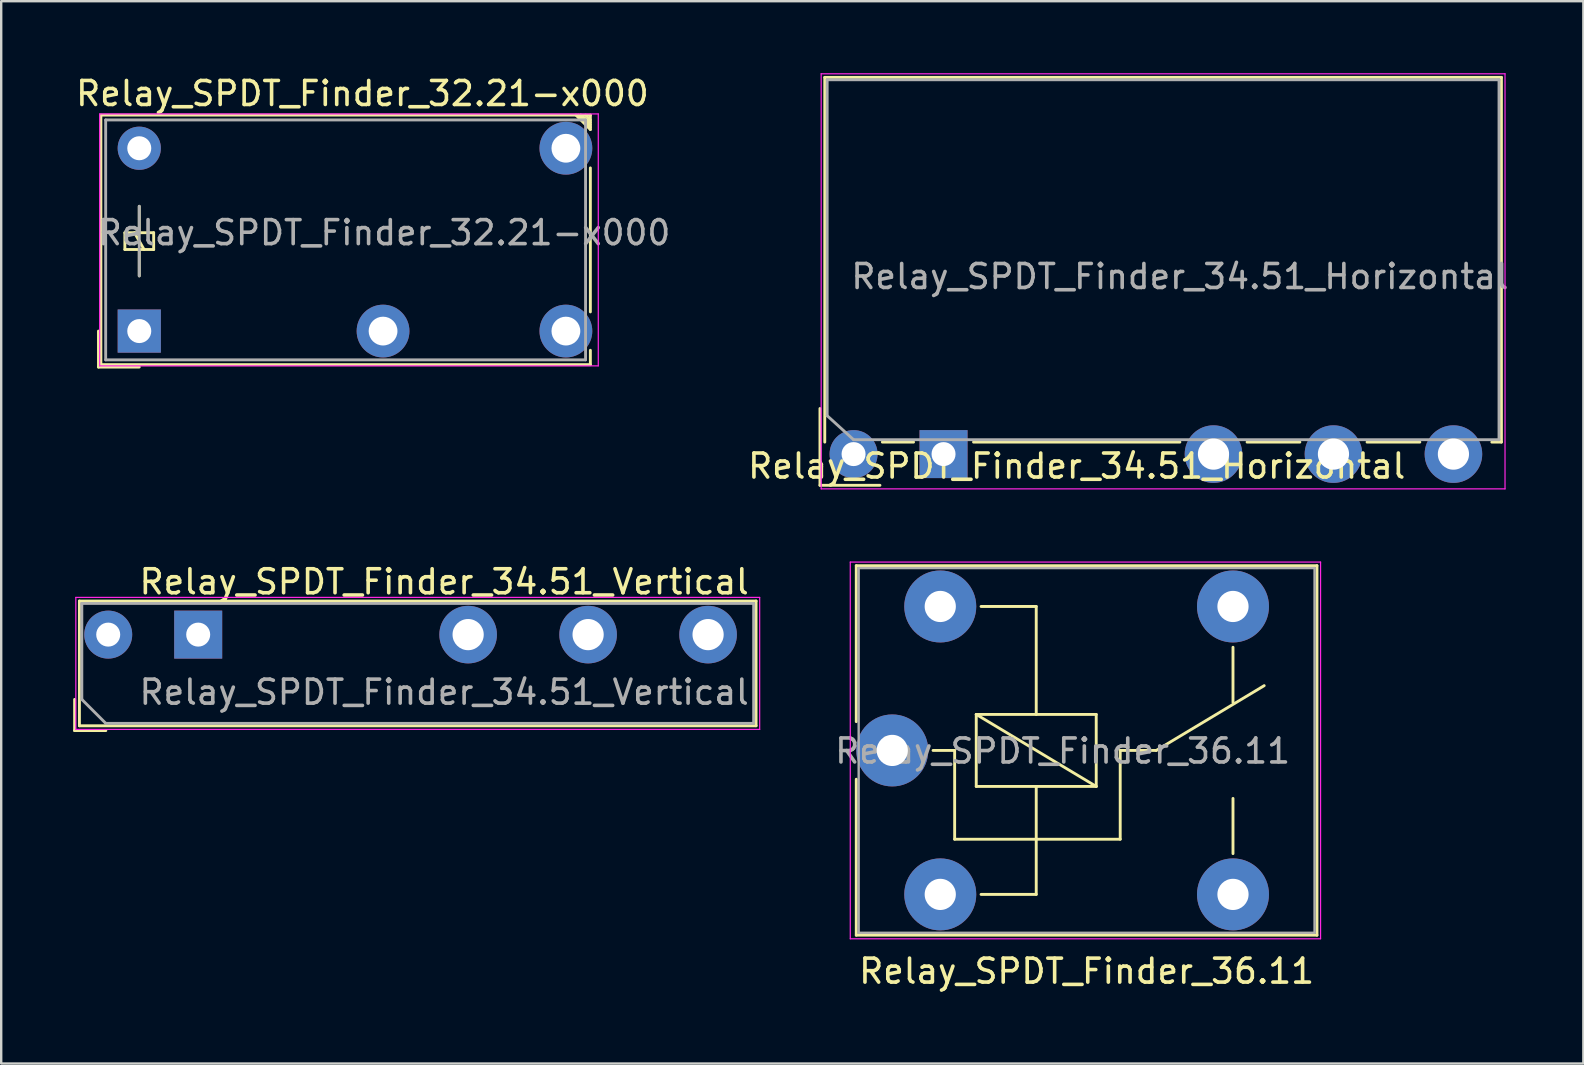
<source format=kicad_pcb>
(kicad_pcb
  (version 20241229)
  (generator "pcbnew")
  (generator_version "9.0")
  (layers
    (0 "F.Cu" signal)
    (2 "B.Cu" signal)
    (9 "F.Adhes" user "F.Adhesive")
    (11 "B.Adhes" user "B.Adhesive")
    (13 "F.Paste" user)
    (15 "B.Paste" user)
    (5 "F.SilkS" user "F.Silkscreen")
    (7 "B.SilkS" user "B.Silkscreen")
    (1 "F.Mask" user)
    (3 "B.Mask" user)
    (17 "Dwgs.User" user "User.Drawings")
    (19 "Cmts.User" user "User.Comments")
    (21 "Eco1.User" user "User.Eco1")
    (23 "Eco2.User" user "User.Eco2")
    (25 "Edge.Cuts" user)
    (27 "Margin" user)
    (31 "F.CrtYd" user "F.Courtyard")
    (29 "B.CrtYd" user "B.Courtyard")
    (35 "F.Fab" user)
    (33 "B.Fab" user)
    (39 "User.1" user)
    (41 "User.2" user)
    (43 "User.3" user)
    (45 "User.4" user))
  (footprint "Relay_SPDT_Finder_34.51_Vertical"
    (layer "F.Cu")
    (at 5.21 23.398)
    (property "Reference" "Relay_SPDT_Finder_34.51_Vertical" (at 10.25 -2.2 0) (layer "F.SilkS") (effects (font (size 1 1) (thickness 0.15))))
    (attr through_hole)
    (fp_line (start -5.15 4) (end -5.15 2.7) (stroke (width 0.12) (type solid)) (layer "F.SilkS"))
    (fp_line (start -4.95 -1.4) (end 23.25 -1.4) (stroke (width 0.12) (type solid)) (layer "F.SilkS"))
    (fp_line (start -4.95 3.8) (end -4.95 -1.4) (stroke (width 0.12) (type solid)) (layer "F.SilkS"))
    (fp_line (start -3.85 4) (end -5.15 4) (stroke (width 0.12) (type solid)) (layer "F.SilkS"))
    (fp_line (start 23.25 -1.4) (end 23.25 3.8) (stroke (width 0.12) (type solid)) (layer "F.SilkS"))
    (fp_line (start 23.25 3.8) (end -4.95 3.8) (stroke (width 0.12) (type solid)) (layer "F.SilkS"))
    (fp_line (start -5.1 -1.55) (end -5.1 3.95) (stroke (width 0.05) (type solid)) (layer "F.CrtYd"))
    (fp_line (start -5.1 -1.55) (end 23.4 -1.55) (stroke (width 0.05) (type solid)) (layer "F.CrtYd"))
    (fp_line (start 23.4 3.95) (end -5.1 3.95) (stroke (width 0.05) (type solid)) (layer "F.CrtYd"))
    (fp_line (start 23.4 3.95) (end 23.4 -1.55) (stroke (width 0.05) (type solid)) (layer "F.CrtYd"))
    (fp_line (start -4.85 -1.3) (end 23.15 -1.3) (stroke (width 0.12) (type solid)) (layer "F.Fab"))
    (fp_line (start -4.85 2.7) (end -4.85 -1.3) (stroke (width 0.12) (type solid)) (layer "F.Fab"))
    (fp_line (start -3.85 3.7) (end -4.85 2.7) (stroke (width 0.12) (type solid)) (layer "F.Fab"))
    (fp_line (start 23.15 -1.3) (end 23.15 3.7) (stroke (width 0.12) (type solid)) (layer "F.Fab"))
    (fp_line (start 23.15 3.7) (end -3.85 3.7) (stroke (width 0.12) (type solid)) (layer "F.Fab"))
    (fp_text user "${REFERENCE}" (at 10.25 2.4 0) (layer "F.Fab") (effects (font (size 1 1) (thickness 0.15))))
    (pad "11" thru_hole circle (at 16.25 0) (size 2.4 2.4) (drill 1.3) (layers "*.Cu" "*.Mask"))
    (pad "12" thru_hole circle (at 11.25 0) (size 2.4 2.4) (drill 1.3) (layers "*.Cu" "*.Mask"))
    (pad "14" thru_hole circle (at 21.25 0) (size 2.4 2.4) (drill 1.3) (layers "*.Cu" "*.Mask"))
    (pad "A1" thru_hole rect (at 0 0) (size 2 2) (drill 1) (layers "*.Cu" "*.Mask"))
    (pad "A2" thru_hole circle (at -3.75 0) (size 2 2) (drill 1) (layers "*.Cu" "*.Mask")))
  (footprint "Relay_SPDT_Finder_32.21-x000"
    (layer "F.Cu")
    (at 2.754 10.748)
    (property "Reference" "Relay_SPDT_Finder_32.21-x000" (at 9.3 -9.9 0) (layer "F.SilkS") (effects (font (size 1 1) (thickness 0.15))))
    (attr through_hole)
    (fp_line (start -1.7 1.5) (end -1.7 0) (stroke (width 0.12) (type solid)) (layer "F.SilkS"))
    (fp_line (start -1.6 -9) (end 18.8 -9) (stroke (width 0.12) (type solid)) (layer "F.SilkS"))
    (fp_line (start -1.6 1.4) (end -1.6 -9) (stroke (width 0.12) (type solid)) (layer "F.SilkS"))
    (fp_line (start -0.6 -4.1) (end -0.6 -3.4) (stroke (width 0.12) (type solid)) (layer "F.SilkS"))
    (fp_line (start -0.6 -3.4) (end 0.6 -3.4) (stroke (width 0.12) (type solid)) (layer "F.SilkS"))
    (fp_line (start 0 -4.1) (end 0 -5.2) (stroke (width 0.12) (type solid)) (layer "F.SilkS"))
    (fp_line (start 0 -3.4) (end 0 -2.3) (stroke (width 0.12) (type solid)) (layer "F.SilkS"))
    (fp_line (start 0 1.5) (end -1.7 1.5) (stroke (width 0.12) (type solid)) (layer "F.SilkS"))
    (fp_line (start 0.2 -3.4) (end -0.2 -4.1) (stroke (width 0.12) (type solid)) (layer "F.SilkS"))
    (fp_line (start 0.6 -4.1) (end -0.6 -4.1) (stroke (width 0.12) (type solid)) (layer "F.SilkS"))
    (fp_line (start 0.6 -3.4) (end 0.6 -4.1) (stroke (width 0.12) (type solid)) (layer "F.SilkS"))
    (fp_line (start 18.2 -9) (end 18.8 -8.4) (stroke (width 0.12) (type solid)) (layer "F.SilkS"))
    (fp_line (start 18.6 -9) (end 18.8 -8.8) (stroke (width 0.12) (type solid)) (layer "F.SilkS"))
    (fp_line (start 18.8 -9) (end 18.8 -8.4) (stroke (width 0.12) (type solid)) (layer "F.SilkS"))
    (fp_line (start 18.8 -8.7) (end 18.4 -9) (stroke (width 0.12) (type solid)) (layer "F.SilkS"))
    (fp_line (start 18.8 -8.6) (end 18.4 -9) (stroke (width 0.12) (type solid)) (layer "F.SilkS"))
    (fp_line (start 18.8 -8.5) (end 18.3 -9) (stroke (width 0.12) (type solid)) (layer "F.SilkS"))
    (fp_line (start 18.8 -6.8) (end 18.8 -0.8) (stroke (width 0.12) (type solid)) (layer "F.SilkS"))
    (fp_line (start 18.8 0.8) (end 18.8 1.4) (stroke (width 0.12) (type solid)) (layer "F.SilkS"))
    (fp_line (start 18.8 1.4) (end -1.6 1.4) (stroke (width 0.12) (type solid)) (layer "F.SilkS"))
    (fp_line (start -1.65 1.45) (end -1.65 -9.05) (stroke (width 0.05) (type solid)) (layer "F.CrtYd"))
    (fp_line (start -1.65 1.45) (end 19.13 1.45) (stroke (width 0.05) (type solid)) (layer "F.CrtYd"))
    (fp_line (start 19.13 -9.05) (end -1.65 -9.05) (stroke (width 0.05) (type solid)) (layer "F.CrtYd"))
    (fp_line (start 19.13 -9.05) (end 19.13 1.45) (stroke (width 0.05) (type solid)) (layer "F.CrtYd"))
    (fp_line (start -1.4 -8.8) (end 18.6 -8.8) (stroke (width 0.12) (type solid)) (layer "F.Fab"))
    (fp_line (start -1.4 1.2) (end -1.4 -8.8) (stroke (width 0.12) (type solid)) (layer "F.Fab"))
    (fp_line (start 0 -2.3) (end 0 -5.2) (stroke (width 0.12) (type solid)) (layer "F.Fab"))
    (fp_line (start 18.6 -8.8) (end 18.6 1.2) (stroke (width 0.12) (type solid)) (layer "F.Fab"))
    (fp_line (start 18.6 1.2) (end -1.4 1.2) (stroke (width 0.12) (type solid)) (layer "F.Fab"))
    (fp_text user "${REFERENCE}" (at 10.2 -4.1 180) (layer "F.Fab") (effects (font (size 1 1) (thickness 0.15))))
    (pad "11" thru_hole circle (at 10.16 0 90) (size 2.2 2.2) (drill 1.2) (layers "*.Cu" "*.Mask"))
    (pad "12" thru_hole circle (at 17.78 -7.62 90) (size 2.2 2.2) (drill 1.2) (layers "*.Cu" "*.Mask"))
    (pad "14" thru_hole circle (at 17.78 0 90) (size 2.2 2.2) (drill 1.2) (layers "*.Cu" "*.Mask"))
    (pad "A1" thru_hole rect (at 0 0 90) (size 1.8 1.8) (drill 1) (layers "*.Cu" "*.Mask"))
    (pad "A2" thru_hole circle (at 0 -7.62 90) (size 1.8 1.8) (drill 1) (layers "*.Cu" "*.Mask")))
  (footprint "Relay_SPDT_Finder_36.11"
    (layer "F.Cu")
    (at 34.136 28.225)
    (property "Reference" "Relay_SPDT_Finder_36.11" (at 8.1 9.2 0) (layer "F.SilkS") (effects (font (size 1 1) (thickness 0.15))))
    (attr through_hole)
    (fp_line (start -1.5 -7.7) (end -1.5 -1.2) (stroke (width 0.12) (type solid)) (layer "F.SilkS"))
    (fp_line (start -1.5 -7.7) (end 17.7 -7.7) (stroke (width 0.12) (type solid)) (layer "F.SilkS"))
    (fp_line (start -1.5 1.2) (end -1.5 7.7) (stroke (width 0.12) (type solid)) (layer "F.SilkS"))
    (fp_line (start 2.6 0) (end 1.7 0) (stroke (width 0.12) (type solid)) (layer "F.SilkS"))
    (fp_line (start 2.6 0) (end 2.6 3.7) (stroke (width 0.12) (type solid)) (layer "F.SilkS"))
    (fp_line (start 3.5 -1.5) (end 8.5 -1.5) (stroke (width 0.12) (type solid)) (layer "F.SilkS"))
    (fp_line (start 3.5 1.5) (end 3.5 -1.5) (stroke (width 0.12) (type solid)) (layer "F.SilkS"))
    (fp_line (start 3.7 6) (end 6 6) (stroke (width 0.12) (type solid)) (layer "F.SilkS"))
    (fp_line (start 6 -6) (end 3.7 -6) (stroke (width 0.12) (type solid)) (layer "F.SilkS"))
    (fp_line (start 6 -6) (end 6 -1.5) (stroke (width 0.12) (type solid)) (layer "F.SilkS"))
    (fp_line (start 6 1.5) (end 6 6) (stroke (width 0.12) (type solid)) (layer "F.SilkS"))
    (fp_line (start 8.5 -1.5) (end 8.5 1.5) (stroke (width 0.12) (type solid)) (layer "F.SilkS"))
    (fp_line (start 8.5 1.5) (end 3.5 -1.5) (stroke (width 0.12) (type solid)) (layer "F.SilkS"))
    (fp_line (start 8.5 1.5) (end 3.5 1.5) (stroke (width 0.12) (type solid)) (layer "F.SilkS"))
    (fp_line (start 9.5 0) (end 9.5 3.7) (stroke (width 0.12) (type solid)) (layer "F.SilkS"))
    (fp_line (start 9.5 0) (end 11 0) (stroke (width 0.12) (type solid)) (layer "F.SilkS"))
    (fp_line (start 9.5 3.7) (end 2.6 3.7) (stroke (width 0.12) (type solid)) (layer "F.SilkS"))
    (fp_line (start 11 0) (end 15.5 -2.7) (stroke (width 0.12) (type solid)) (layer "F.SilkS"))
    (fp_line (start 14.2 -4.3) (end 14.2 -2) (stroke (width 0.12) (type solid)) (layer "F.SilkS"))
    (fp_line (start 14.2 4.3) (end 14.2 2) (stroke (width 0.12) (type solid)) (layer "F.SilkS"))
    (fp_line (start 17.7 -7.7) (end 17.7 7.7) (stroke (width 0.12) (type solid)) (layer "F.SilkS"))
    (fp_line (start 17.7 7.7) (end -1.5 7.7) (stroke (width 0.12) (type solid)) (layer "F.SilkS"))
    (fp_line (start -1.75 7.85) (end -1.75 -7.85) (stroke (width 0.05) (type solid)) (layer "F.CrtYd"))
    (fp_line (start -1.75 7.85) (end 17.85 7.85) (stroke (width 0.05) (type solid)) (layer "F.CrtYd"))
    (fp_line (start 17.85 -7.85) (end -1.75 -7.85) (stroke (width 0.05) (type solid)) (layer "F.CrtYd"))
    (fp_line (start 17.85 -7.85) (end 17.85 7.85) (stroke (width 0.05) (type solid)) (layer "F.CrtYd"))
    (fp_line (start -1.4 -7.6) (end 17.6 -7.6) (stroke (width 0.1) (type solid)) (layer "F.Fab"))
    (fp_line (start -1.4 7.6) (end -1.4 -7.6) (stroke (width 0.1) (type solid)) (layer "F.Fab"))
    (fp_line (start 17.6 -7.6) (end 17.6 7.6) (stroke (width 0.1) (type solid)) (layer "F.Fab"))
    (fp_line (start 17.6 7.6) (end -1.4 7.6) (stroke (width 0.1) (type solid)) (layer "F.Fab"))
    (fp_text user "${REFERENCE}" (at 7.1 0.025 0) (layer "F.Fab") (effects (font (size 1 1) (thickness 0.15))))
    (pad "11" thru_hole circle (at 0 0) (size 3 3) (drill 1.3) (layers "*.Cu" "*.Mask"))
    (pad "12" thru_hole circle (at 14.2 -6) (size 3 3) (drill 1.3) (layers "*.Cu" "*.Mask"))
    (pad "14" thru_hole circle (at 14.2 6) (size 3 3) (drill 1.3) (layers "*.Cu" "*.Mask"))
    (pad "A1" thru_hole circle (at 2 6) (size 3 3) (drill 1.3) (layers "*.Cu" "*.Mask"))
    (pad "A2" thru_hole circle (at 2 -6) (size 3 3) (drill 1.3) (layers "*.Cu" "*.Mask")))
  (footprint "Relay_SPDT_Finder_34.51_Horizontal"
    (layer "F.Cu")
    (at 36.273 15.875)
    (property "Reference" "Relay_SPDT_Finder_34.51_Horizontal" (at 5.55 0.5 0) (layer "F.SilkS") (effects (font (size 1 1) (thickness 0.15))))
    (attr through_hole)
    (fp_line (start -5.15 -1.9) (end -5.15 1.3) (stroke (width 0.12) (type solid)) (layer "F.SilkS"))
    (fp_line (start -5.15 1.3) (end -2.65 1.3) (stroke (width 0.12) (type solid)) (layer "F.SilkS"))
    (fp_line (start -4.95 -15.7) (end 23.25 -15.7) (stroke (width 0.12) (type solid)) (layer "F.SilkS"))
    (fp_line (start -4.95 -0.5) (end -4.95 -15.7) (stroke (width 0.12) (type solid)) (layer "F.SilkS"))
    (fp_line (start -1.25 -0.5) (end -2.55 -0.5) (stroke (width 0.12) (type solid)) (layer "F.SilkS"))
    (fp_line (start 9.85 -0.5) (end 1.25 -0.5) (stroke (width 0.12) (type solid)) (layer "F.SilkS"))
    (fp_line (start 14.85 -0.5) (end 12.65 -0.5) (stroke (width 0.12) (type solid)) (layer "F.SilkS"))
    (fp_line (start 19.85 -0.5) (end 17.65 -0.5) (stroke (width 0.12) (type solid)) (layer "F.SilkS"))
    (fp_line (start 23.25 -15.7) (end 23.25 -0.5) (stroke (width 0.12) (type solid)) (layer "F.SilkS"))
    (fp_line (start 23.25 -0.5) (end 22.85 -0.5) (stroke (width 0.12) (type solid)) (layer "F.SilkS"))
    (fp_line (start -5.1 -15.85) (end -5.1 1.45) (stroke (width 0.05) (type solid)) (layer "F.CrtYd"))
    (fp_line (start -5.1 -15.85) (end 23.4 -15.85) (stroke (width 0.05) (type solid)) (layer "F.CrtYd"))
    (fp_line (start 23.4 1.45) (end -5.1 1.45) (stroke (width 0.05) (type solid)) (layer "F.CrtYd"))
    (fp_line (start 23.4 1.45) (end 23.4 -15.85) (stroke (width 0.05) (type solid)) (layer "F.CrtYd"))
    (fp_line (start -4.85 -15.6) (end -4.85 -1.6) (stroke (width 0.12) (type solid)) (layer "F.Fab"))
    (fp_line (start -4.85 -1.6) (end -3.75 -0.6) (stroke (width 0.12) (type solid)) (layer "F.Fab"))
    (fp_line (start -3.75 -0.6) (end 23.15 -0.6) (stroke (width 0.12) (type solid)) (layer "F.Fab"))
    (fp_line (start 23.15 -15.6) (end -4.85 -15.6) (stroke (width 0.12) (type solid)) (layer "F.Fab"))
    (fp_line (start 23.15 -0.6) (end 23.15 -15.6) (stroke (width 0.12) (type solid)) (layer "F.Fab"))
    (fp_text user "${REFERENCE}" (at 9.85 -7.4 0) (layer "F.Fab") (effects (font (size 1 1) (thickness 0.15))))
    (pad "11" thru_hole circle (at 16.25 0) (size 2.4 2.4) (drill 1.3) (layers "*.Cu" "*.Mask"))
    (pad "12" thru_hole circle (at 11.25 0) (size 2.4 2.4) (drill 1.3) (layers "*.Cu" "*.Mask"))
    (pad "14" thru_hole circle (at 21.25 0) (size 2.4 2.4) (drill 1.3) (layers "*.Cu" "*.Mask"))
    (pad "A1" thru_hole rect (at 0 0) (size 2 2) (drill 1) (layers "*.Cu" "*.Mask"))
    (pad "A2" thru_hole circle (at -3.75 0) (size 2 2) (drill 1) (layers "*.Cu" "*.Mask")))
  (gr_rect
    (start -3 -3)
    (end 62.938 41.273)
    (stroke (width 0.1) (type default))
    (fill no)
    (layer "Edge.Cuts")))
</source>
